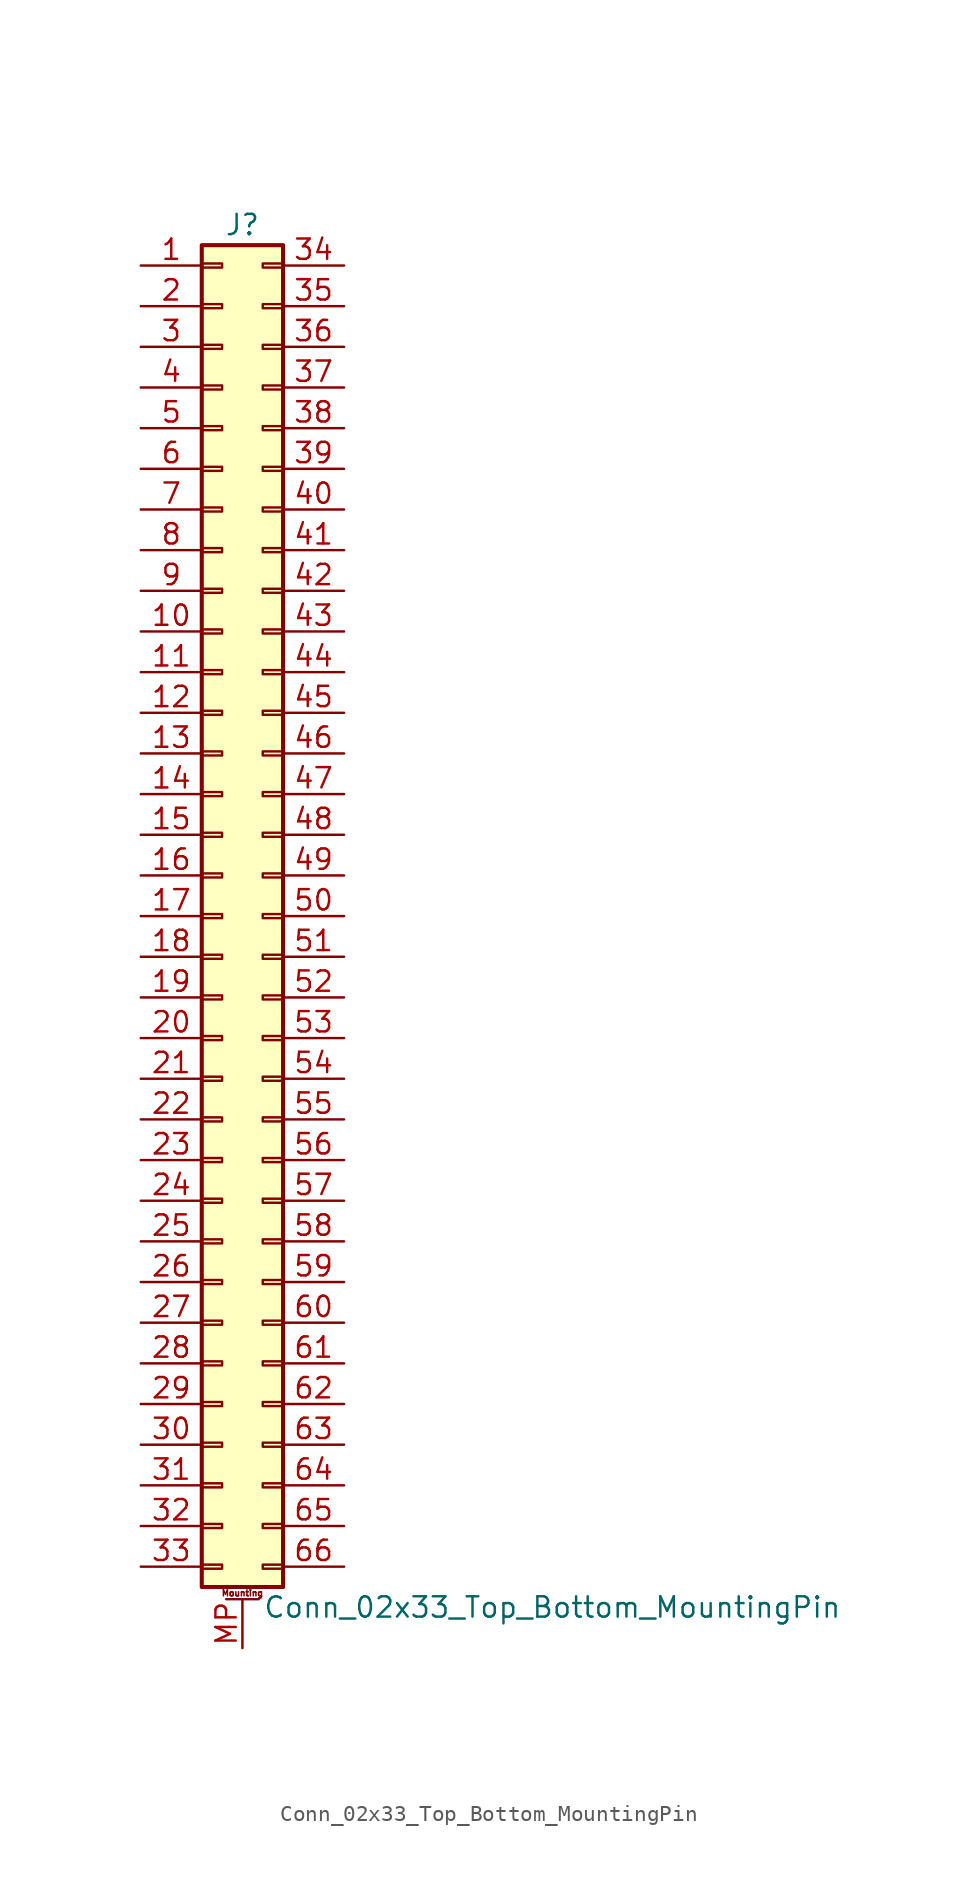
<source format=kicad_sym>
(kicad_symbol_lib
  (version 20201005)
  (generator kicad_symbol_editor)
  (symbol "Conn_02x33_Top_Bottom_MountingPin"
    (pin_names
      (offset 1.016) hide)
    (property "Reference" "J"
      (at 1.27 43.18 0)
      (effects (font (size 1.27 1.27))))
    (property "Value" "Conn_02x33_Top_Bottom_MountingPin"
      (at 2.54 -43.18 0)
      (effects (font (size 1.27 1.27)) (justify left)))
    (symbol "Conn_02x33_Top_Bottom_MountingPin_1_1"
      (text "Mounting" (at 1.27 -42.291 0) (effects (font (size 0.381 0.381))))
      (rectangle (start -1.27 -40.513) (end 0 -40.767) (stroke (width 0.152)) (fill (type none)))
      (rectangle (start -1.27 -37.973) (end 0 -38.227) (stroke (width 0.152)) (fill (type none)))
      (rectangle (start -1.27 -35.433) (end 0 -35.687) (stroke (width 0.152)) (fill (type none)))
      (rectangle (start -1.27 -32.893) (end 0 -33.147) (stroke (width 0.152)) (fill (type none)))
      (rectangle (start -1.27 -30.353) (end 0 -30.607) (stroke (width 0.152)) (fill (type none)))
      (rectangle (start -1.27 -27.813) (end 0 -28.067) (stroke (width 0.152)) (fill (type none)))
      (rectangle (start -1.27 -25.273) (end 0 -25.527) (stroke (width 0.152)) (fill (type none)))
      (rectangle (start -1.27 -22.733) (end 0 -22.987) (stroke (width 0.152)) (fill (type none)))
      (rectangle (start -1.27 -20.193) (end 0 -20.447) (stroke (width 0.152)) (fill (type none)))
      (rectangle (start -1.27 -17.653) (end 0 -17.907) (stroke (width 0.152)) (fill (type none)))
      (rectangle (start -1.27 -15.113) (end 0 -15.367) (stroke (width 0.152)) (fill (type none)))
      (rectangle (start -1.27 -12.573) (end 0 -12.827) (stroke (width 0.152)) (fill (type none)))
      (rectangle (start -1.27 -10.033) (end 0 -10.287) (stroke (width 0.152)) (fill (type none)))
      (rectangle (start -1.27 -7.493) (end 0 -7.747) (stroke (width 0.152)) (fill (type none)))
      (rectangle (start -1.27 -4.953) (end 0 -5.207) (stroke (width 0.152)) (fill (type none)))
      (rectangle (start -1.27 -2.413) (end 0 -2.667) (stroke (width 0.152)) (fill (type none)))
      (rectangle (start -1.27 0.127) (end 0 -0.127) (stroke (width 0.152)) (fill (type none)))
      (rectangle (start -1.27 2.667) (end 0 2.413) (stroke (width 0.152)) (fill (type none)))
      (rectangle (start -1.27 5.207) (end 0 4.953) (stroke (width 0.152)) (fill (type none)))
      (rectangle (start -1.27 7.747) (end 0 7.493) (stroke (width 0.152)) (fill (type none)))
      (rectangle (start -1.27 10.287) (end 0 10.033) (stroke (width 0.152)) (fill (type none)))
      (rectangle (start -1.27 12.827) (end 0 12.573) (stroke (width 0.152)) (fill (type none)))
      (rectangle (start -1.27 15.367) (end 0 15.113) (stroke (width 0.152)) (fill (type none)))
      (rectangle (start -1.27 17.907) (end 0 17.653) (stroke (width 0.152)) (fill (type none)))
      (rectangle (start -1.27 20.447) (end 0 20.193) (stroke (width 0.152)) (fill (type none)))
      (rectangle (start -1.27 22.987) (end 0 22.733) (stroke (width 0.152)) (fill (type none)))
      (rectangle (start -1.27 25.527) (end 0 25.273) (stroke (width 0.152)) (fill (type none)))
      (rectangle (start -1.27 28.067) (end 0 27.813) (stroke (width 0.152)) (fill (type none)))
      (rectangle (start -1.27 30.607) (end 0 30.353) (stroke (width 0.152)) (fill (type none)))
      (rectangle (start -1.27 33.147) (end 0 32.893) (stroke (width 0.152)) (fill (type none)))
      (rectangle (start -1.27 35.687) (end 0 35.433) (stroke (width 0.152)) (fill (type none)))
      (rectangle (start -1.27 38.227) (end 0 37.973) (stroke (width 0.152)) (fill (type none)))
      (rectangle (start -1.27 40.767) (end 0 40.513) (stroke (width 0.152)) (fill (type none)))
      (rectangle (start -1.27 41.91) (end 3.81 -41.91) (stroke (width 0.254)) (fill (type background)))
      (rectangle (start 3.81 -40.513) (end 2.54 -40.767) (stroke (width 0.152)) (fill (type none)))
      (rectangle (start 3.81 -37.973) (end 2.54 -38.227) (stroke (width 0.152)) (fill (type none)))
      (rectangle (start 3.81 -35.433) (end 2.54 -35.687) (stroke (width 0.152)) (fill (type none)))
      (rectangle (start 3.81 -32.893) (end 2.54 -33.147) (stroke (width 0.152)) (fill (type none)))
      (rectangle (start 3.81 -30.353) (end 2.54 -30.607) (stroke (width 0.152)) (fill (type none)))
      (rectangle (start 3.81 -27.813) (end 2.54 -28.067) (stroke (width 0.152)) (fill (type none)))
      (rectangle (start 3.81 -25.273) (end 2.54 -25.527) (stroke (width 0.152)) (fill (type none)))
      (rectangle (start 3.81 -22.733) (end 2.54 -22.987) (stroke (width 0.152)) (fill (type none)))
      (rectangle (start 3.81 -20.193) (end 2.54 -20.447) (stroke (width 0.152)) (fill (type none)))
      (rectangle (start 3.81 -17.653) (end 2.54 -17.907) (stroke (width 0.152)) (fill (type none)))
      (rectangle (start 3.81 -15.113) (end 2.54 -15.367) (stroke (width 0.152)) (fill (type none)))
      (rectangle (start 3.81 -12.573) (end 2.54 -12.827) (stroke (width 0.152)) (fill (type none)))
      (rectangle (start 3.81 -10.033) (end 2.54 -10.287) (stroke (width 0.152)) (fill (type none)))
      (rectangle (start 3.81 -7.493) (end 2.54 -7.747) (stroke (width 0.152)) (fill (type none)))
      (rectangle (start 3.81 -4.953) (end 2.54 -5.207) (stroke (width 0.152)) (fill (type none)))
      (rectangle (start 3.81 -2.413) (end 2.54 -2.667) (stroke (width 0.152)) (fill (type none)))
      (rectangle (start 3.81 0.127) (end 2.54 -0.127) (stroke (width 0.152)) (fill (type none)))
      (rectangle (start 3.81 2.667) (end 2.54 2.413) (stroke (width 0.152)) (fill (type none)))
      (rectangle (start 3.81 5.207) (end 2.54 4.953) (stroke (width 0.152)) (fill (type none)))
      (rectangle (start 3.81 7.747) (end 2.54 7.493) (stroke (width 0.152)) (fill (type none)))
      (rectangle (start 3.81 10.287) (end 2.54 10.033) (stroke (width 0.152)) (fill (type none)))
      (rectangle (start 3.81 12.827) (end 2.54 12.573) (stroke (width 0.152)) (fill (type none)))
      (rectangle (start 3.81 15.367) (end 2.54 15.113) (stroke (width 0.152)) (fill (type none)))
      (rectangle (start 3.81 17.907) (end 2.54 17.653) (stroke (width 0.152)) (fill (type none)))
      (rectangle (start 3.81 20.447) (end 2.54 20.193) (stroke (width 0.152)) (fill (type none)))
      (rectangle (start 3.81 22.987) (end 2.54 22.733) (stroke (width 0.152)) (fill (type none)))
      (rectangle (start 3.81 25.527) (end 2.54 25.273) (stroke (width 0.152)) (fill (type none)))
      (rectangle (start 3.81 28.067) (end 2.54 27.813) (stroke (width 0.152)) (fill (type none)))
      (rectangle (start 3.81 30.607) (end 2.54 30.353) (stroke (width 0.152)) (fill (type none)))
      (rectangle (start 3.81 33.147) (end 2.54 32.893) (stroke (width 0.152)) (fill (type none)))
      (rectangle (start 3.81 35.687) (end 2.54 35.433) (stroke (width 0.152)) (fill (type none)))
      (rectangle (start 3.81 38.227) (end 2.54 37.973) (stroke (width 0.152)) (fill (type none)))
      (rectangle (start 3.81 40.767) (end 2.54 40.513) (stroke (width 0.152)) (fill (type none)))
      (polyline (pts (xy 0.254 -42.672) (xy 2.286 -42.672)) (stroke (width 0.152)) (fill (type none)))
      (pin passive line (at -5.08 40.64 0) (length 3.81) (name "Pin_1" (effects (font (size 1.27 1.27)))) (number "1" (effects (font (size 1.27 1.27)))))
      (pin passive line (at -5.08 17.78 0) (length 3.81) (name "Pin_10" (effects (font (size 1.27 1.27)))) (number "10" (effects (font (size 1.27 1.27)))))
      (pin passive line (at -5.08 15.24 0) (length 3.81) (name "Pin_11" (effects (font (size 1.27 1.27)))) (number "11" (effects (font (size 1.27 1.27)))))
      (pin passive line (at -5.08 12.7 0) (length 3.81) (name "Pin_12" (effects (font (size 1.27 1.27)))) (number "12" (effects (font (size 1.27 1.27)))))
      (pin passive line (at -5.08 10.16 0) (length 3.81) (name "Pin_13" (effects (font (size 1.27 1.27)))) (number "13" (effects (font (size 1.27 1.27)))))
      (pin passive line (at -5.08 7.62 0) (length 3.81) (name "Pin_14" (effects (font (size 1.27 1.27)))) (number "14" (effects (font (size 1.27 1.27)))))
      (pin passive line (at -5.08 5.08 0) (length 3.81) (name "Pin_15" (effects (font (size 1.27 1.27)))) (number "15" (effects (font (size 1.27 1.27)))))
      (pin passive line (at -5.08 2.54 0) (length 3.81) (name "Pin_16" (effects (font (size 1.27 1.27)))) (number "16" (effects (font (size 1.27 1.27)))))
      (pin passive line (at -5.08 0 0) (length 3.81) (name "Pin_17" (effects (font (size 1.27 1.27)))) (number "17" (effects (font (size 1.27 1.27)))))
      (pin passive line (at -5.08 -2.54 0) (length 3.81) (name "Pin_18" (effects (font (size 1.27 1.27)))) (number "18" (effects (font (size 1.27 1.27)))))
      (pin passive line (at -5.08 -5.08 0) (length 3.81) (name "Pin_19" (effects (font (size 1.27 1.27)))) (number "19" (effects (font (size 1.27 1.27)))))
      (pin passive line (at -5.08 38.1 0) (length 3.81) (name "Pin_2" (effects (font (size 1.27 1.27)))) (number "2" (effects (font (size 1.27 1.27)))))
      (pin passive line (at -5.08 -7.62 0) (length 3.81) (name "Pin_20" (effects (font (size 1.27 1.27)))) (number "20" (effects (font (size 1.27 1.27)))))
      (pin passive line (at -5.08 -10.16 0) (length 3.81) (name "Pin_21" (effects (font (size 1.27 1.27)))) (number "21" (effects (font (size 1.27 1.27)))))
      (pin passive line (at -5.08 -12.7 0) (length 3.81) (name "Pin_22" (effects (font (size 1.27 1.27)))) (number "22" (effects (font (size 1.27 1.27)))))
      (pin passive line (at -5.08 -15.24 0) (length 3.81) (name "Pin_23" (effects (font (size 1.27 1.27)))) (number "23" (effects (font (size 1.27 1.27)))))
      (pin passive line (at -5.08 -17.78 0) (length 3.81) (name "Pin_24" (effects (font (size 1.27 1.27)))) (number "24" (effects (font (size 1.27 1.27)))))
      (pin passive line (at -5.08 -20.32 0) (length 3.81) (name "Pin_25" (effects (font (size 1.27 1.27)))) (number "25" (effects (font (size 1.27 1.27)))))
      (pin passive line (at -5.08 -22.86 0) (length 3.81) (name "Pin_26" (effects (font (size 1.27 1.27)))) (number "26" (effects (font (size 1.27 1.27)))))
      (pin passive line (at -5.08 -25.4 0) (length 3.81) (name "Pin_27" (effects (font (size 1.27 1.27)))) (number "27" (effects (font (size 1.27 1.27)))))
      (pin passive line (at -5.08 -27.94 0) (length 3.81) (name "Pin_28" (effects (font (size 1.27 1.27)))) (number "28" (effects (font (size 1.27 1.27)))))
      (pin passive line (at -5.08 -30.48 0) (length 3.81) (name "Pin_29" (effects (font (size 1.27 1.27)))) (number "29" (effects (font (size 1.27 1.27)))))
      (pin passive line (at -5.08 35.56 0) (length 3.81) (name "Pin_3" (effects (font (size 1.27 1.27)))) (number "3" (effects (font (size 1.27 1.27)))))
      (pin passive line (at -5.08 -33.02 0) (length 3.81) (name "Pin_30" (effects (font (size 1.27 1.27)))) (number "30" (effects (font (size 1.27 1.27)))))
      (pin passive line (at -5.08 -35.56 0) (length 3.81) (name "Pin_31" (effects (font (size 1.27 1.27)))) (number "31" (effects (font (size 1.27 1.27)))))
      (pin passive line (at -5.08 -38.1 0) (length 3.81) (name "Pin_32" (effects (font (size 1.27 1.27)))) (number "32" (effects (font (size 1.27 1.27)))))
      (pin passive line (at -5.08 -40.64 0) (length 3.81) (name "Pin_33" (effects (font (size 1.27 1.27)))) (number "33" (effects (font (size 1.27 1.27)))))
      (pin passive line (at 7.62 40.64 180) (length 3.81) (name "Pin_34" (effects (font (size 1.27 1.27)))) (number "34" (effects (font (size 1.27 1.27)))))
      (pin passive line (at 7.62 38.1 180) (length 3.81) (name "Pin_35" (effects (font (size 1.27 1.27)))) (number "35" (effects (font (size 1.27 1.27)))))
      (pin passive line (at 7.62 35.56 180) (length 3.81) (name "Pin_36" (effects (font (size 1.27 1.27)))) (number "36" (effects (font (size 1.27 1.27)))))
      (pin passive line (at 7.62 33.02 180) (length 3.81) (name "Pin_37" (effects (font (size 1.27 1.27)))) (number "37" (effects (font (size 1.27 1.27)))))
      (pin passive line (at 7.62 30.48 180) (length 3.81) (name "Pin_38" (effects (font (size 1.27 1.27)))) (number "38" (effects (font (size 1.27 1.27)))))
      (pin passive line (at 7.62 27.94 180) (length 3.81) (name "Pin_39" (effects (font (size 1.27 1.27)))) (number "39" (effects (font (size 1.27 1.27)))))
      (pin passive line (at -5.08 33.02 0) (length 3.81) (name "Pin_4" (effects (font (size 1.27 1.27)))) (number "4" (effects (font (size 1.27 1.27)))))
      (pin passive line (at 7.62 25.4 180) (length 3.81) (name "Pin_40" (effects (font (size 1.27 1.27)))) (number "40" (effects (font (size 1.27 1.27)))))
      (pin passive line (at 7.62 22.86 180) (length 3.81) (name "Pin_41" (effects (font (size 1.27 1.27)))) (number "41" (effects (font (size 1.27 1.27)))))
      (pin passive line (at 7.62 20.32 180) (length 3.81) (name "Pin_42" (effects (font (size 1.27 1.27)))) (number "42" (effects (font (size 1.27 1.27)))))
      (pin passive line (at 7.62 17.78 180) (length 3.81) (name "Pin_43" (effects (font (size 1.27 1.27)))) (number "43" (effects (font (size 1.27 1.27)))))
      (pin passive line (at 7.62 15.24 180) (length 3.81) (name "Pin_44" (effects (font (size 1.27 1.27)))) (number "44" (effects (font (size 1.27 1.27)))))
      (pin passive line (at 7.62 12.7 180) (length 3.81) (name "Pin_45" (effects (font (size 1.27 1.27)))) (number "45" (effects (font (size 1.27 1.27)))))
      (pin passive line (at 7.62 10.16 180) (length 3.81) (name "Pin_46" (effects (font (size 1.27 1.27)))) (number "46" (effects (font (size 1.27 1.27)))))
      (pin passive line (at 7.62 7.62 180) (length 3.81) (name "Pin_47" (effects (font (size 1.27 1.27)))) (number "47" (effects (font (size 1.27 1.27)))))
      (pin passive line (at 7.62 5.08 180) (length 3.81) (name "Pin_48" (effects (font (size 1.27 1.27)))) (number "48" (effects (font (size 1.27 1.27)))))
      (pin passive line (at 7.62 2.54 180) (length 3.81) (name "Pin_49" (effects (font (size 1.27 1.27)))) (number "49" (effects (font (size 1.27 1.27)))))
      (pin passive line (at -5.08 30.48 0) (length 3.81) (name "Pin_5" (effects (font (size 1.27 1.27)))) (number "5" (effects (font (size 1.27 1.27)))))
      (pin passive line (at 7.62 0 180) (length 3.81) (name "Pin_50" (effects (font (size 1.27 1.27)))) (number "50" (effects (font (size 1.27 1.27)))))
      (pin passive line (at 7.62 -2.54 180) (length 3.81) (name "Pin_51" (effects (font (size 1.27 1.27)))) (number "51" (effects (font (size 1.27 1.27)))))
      (pin passive line (at 7.62 -5.08 180) (length 3.81) (name "Pin_52" (effects (font (size 1.27 1.27)))) (number "52" (effects (font (size 1.27 1.27)))))
      (pin passive line (at 7.62 -7.62 180) (length 3.81) (name "Pin_53" (effects (font (size 1.27 1.27)))) (number "53" (effects (font (size 1.27 1.27)))))
      (pin passive line (at 7.62 -10.16 180) (length 3.81) (name "Pin_54" (effects (font (size 1.27 1.27)))) (number "54" (effects (font (size 1.27 1.27)))))
      (pin passive line (at 7.62 -12.7 180) (length 3.81) (name "Pin_55" (effects (font (size 1.27 1.27)))) (number "55" (effects (font (size 1.27 1.27)))))
      (pin passive line (at 7.62 -15.24 180) (length 3.81) (name "Pin_56" (effects (font (size 1.27 1.27)))) (number "56" (effects (font (size 1.27 1.27)))))
      (pin passive line (at 7.62 -17.78 180) (length 3.81) (name "Pin_57" (effects (font (size 1.27 1.27)))) (number "57" (effects (font (size 1.27 1.27)))))
      (pin passive line (at 7.62 -20.32 180) (length 3.81) (name "Pin_58" (effects (font (size 1.27 1.27)))) (number "58" (effects (font (size 1.27 1.27)))))
      (pin passive line (at 7.62 -22.86 180) (length 3.81) (name "Pin_59" (effects (font (size 1.27 1.27)))) (number "59" (effects (font (size 1.27 1.27)))))
      (pin passive line (at -5.08 27.94 0) (length 3.81) (name "Pin_6" (effects (font (size 1.27 1.27)))) (number "6" (effects (font (size 1.27 1.27)))))
      (pin passive line (at 7.62 -25.4 180) (length 3.81) (name "Pin_60" (effects (font (size 1.27 1.27)))) (number "60" (effects (font (size 1.27 1.27)))))
      (pin passive line (at 7.62 -27.94 180) (length 3.81) (name "Pin_61" (effects (font (size 1.27 1.27)))) (number "61" (effects (font (size 1.27 1.27)))))
      (pin passive line (at 7.62 -30.48 180) (length 3.81) (name "Pin_62" (effects (font (size 1.27 1.27)))) (number "62" (effects (font (size 1.27 1.27)))))
      (pin passive line (at 7.62 -33.02 180) (length 3.81) (name "Pin_63" (effects (font (size 1.27 1.27)))) (number "63" (effects (font (size 1.27 1.27)))))
      (pin passive line (at 7.62 -35.56 180) (length 3.81) (name "Pin_64" (effects (font (size 1.27 1.27)))) (number "64" (effects (font (size 1.27 1.27)))))
      (pin passive line (at 7.62 -38.1 180) (length 3.81) (name "Pin_65" (effects (font (size 1.27 1.27)))) (number "65" (effects (font (size 1.27 1.27)))))
      (pin passive line (at 7.62 -40.64 180) (length 3.81) (name "Pin_66" (effects (font (size 1.27 1.27)))) (number "66" (effects (font (size 1.27 1.27)))))
      (pin passive line (at -5.08 25.4 0) (length 3.81) (name "Pin_7" (effects (font (size 1.27 1.27)))) (number "7" (effects (font (size 1.27 1.27)))))
      (pin passive line (at -5.08 22.86 0) (length 3.81) (name "Pin_8" (effects (font (size 1.27 1.27)))) (number "8" (effects (font (size 1.27 1.27)))))
      (pin passive line (at -5.08 20.32 0) (length 3.81) (name "Pin_9" (effects (font (size 1.27 1.27)))) (number "9" (effects (font (size 1.27 1.27)))))
      (pin passive line (at 1.27 -45.72 90) (length 3.048) (name "MountPin" (effects (font (size 1.27 1.27)))) (number "MP" (effects (font (size 1.27 1.27))))))))
</source>
